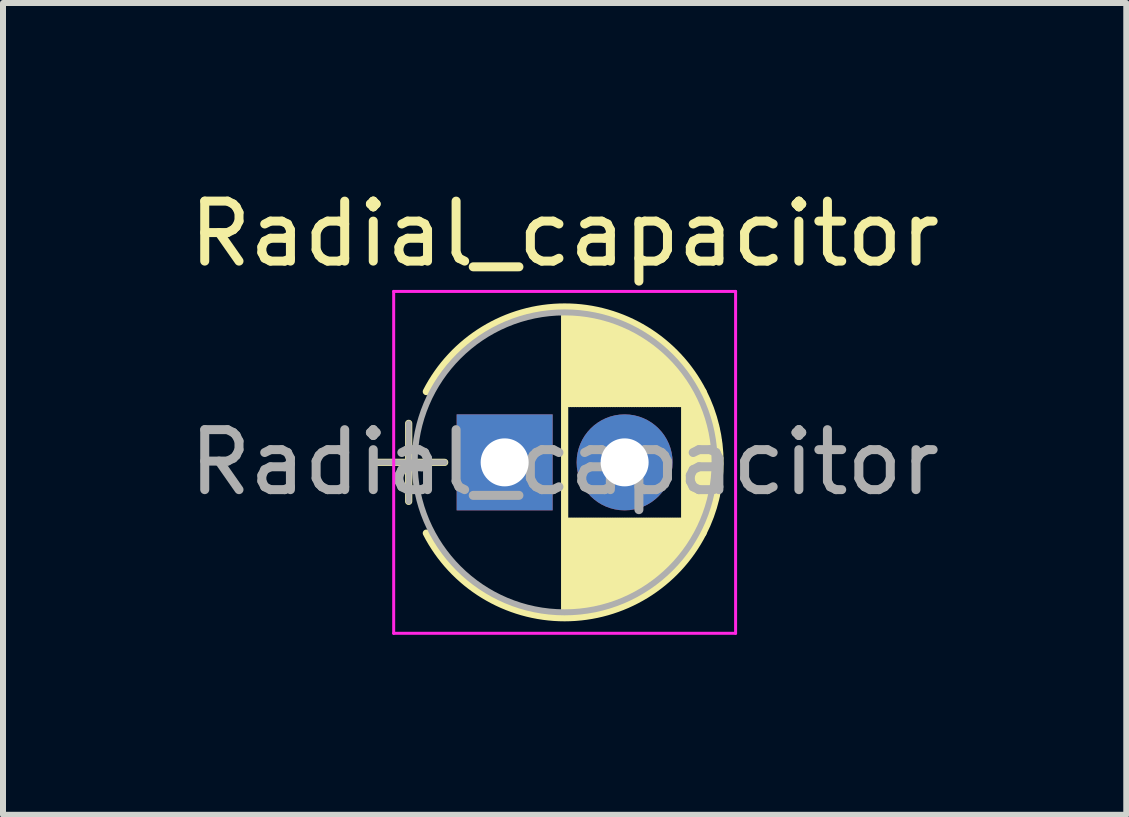
<source format=kicad_pcb>
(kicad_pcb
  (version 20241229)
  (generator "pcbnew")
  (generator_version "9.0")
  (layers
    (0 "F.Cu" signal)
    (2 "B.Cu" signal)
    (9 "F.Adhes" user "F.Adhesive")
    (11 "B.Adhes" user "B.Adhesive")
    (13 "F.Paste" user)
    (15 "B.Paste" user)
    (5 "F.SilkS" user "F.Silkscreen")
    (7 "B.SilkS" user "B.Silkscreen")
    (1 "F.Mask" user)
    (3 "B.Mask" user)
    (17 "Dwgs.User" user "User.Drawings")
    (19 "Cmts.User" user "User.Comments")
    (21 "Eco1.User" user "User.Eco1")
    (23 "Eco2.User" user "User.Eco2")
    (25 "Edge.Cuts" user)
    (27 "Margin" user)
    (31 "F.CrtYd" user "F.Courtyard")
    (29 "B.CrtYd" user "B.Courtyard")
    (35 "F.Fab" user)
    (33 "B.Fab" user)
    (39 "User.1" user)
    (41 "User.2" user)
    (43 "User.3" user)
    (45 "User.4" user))
  (footprint "Radial_capacitor"
    (layer "F.Cu")
    (at 5.363 4.658)
    (property "Reference" "Radial_capacitor" (at 1 -3.81 0) (layer "F.SilkS") (effects (font (size 1 1) (thickness 0.15))))
    (attr through_hole)
    (fp_line (start -2.2 0) (end -1 0) (stroke (width 0.12) (type solid)) (layer "F.SilkS"))
    (fp_line (start -1.6 -0.65) (end -1.6 0.65) (stroke (width 0.12) (type solid)) (layer "F.SilkS"))
    (fp_line (start 1 -2.55) (end 1 2.55) (stroke (width 0.12) (type solid)) (layer "F.SilkS"))
    (fp_line (start 1.04 -2.55) (end 1.04 -0.98) (stroke (width 0.12) (type solid)) (layer "F.SilkS"))
    (fp_line (start 1.04 0.98) (end 1.04 2.55) (stroke (width 0.12) (type solid)) (layer "F.SilkS"))
    (fp_line (start 1.08 -2.549) (end 1.08 -0.98) (stroke (width 0.12) (type solid)) (layer "F.SilkS"))
    (fp_line (start 1.08 0.98) (end 1.08 2.549) (stroke (width 0.12) (type solid)) (layer "F.SilkS"))
    (fp_line (start 1.12 -2.548) (end 1.12 -0.98) (stroke (width 0.12) (type solid)) (layer "F.SilkS"))
    (fp_line (start 1.12 0.98) (end 1.12 2.548) (stroke (width 0.12) (type solid)) (layer "F.SilkS"))
    (fp_line (start 1.16 -2.546) (end 1.16 -0.98) (stroke (width 0.12) (type solid)) (layer "F.SilkS"))
    (fp_line (start 1.16 0.98) (end 1.16 2.546) (stroke (width 0.12) (type solid)) (layer "F.SilkS"))
    (fp_line (start 1.2 -2.543) (end 1.2 -0.98) (stroke (width 0.12) (type solid)) (layer "F.SilkS"))
    (fp_line (start 1.2 0.98) (end 1.2 2.543) (stroke (width 0.12) (type solid)) (layer "F.SilkS"))
    (fp_line (start 1.24 -2.539) (end 1.24 -0.98) (stroke (width 0.12) (type solid)) (layer "F.SilkS"))
    (fp_line (start 1.24 0.98) (end 1.24 2.539) (stroke (width 0.12) (type solid)) (layer "F.SilkS"))
    (fp_line (start 1.28 -2.535) (end 1.28 -0.98) (stroke (width 0.12) (type solid)) (layer "F.SilkS"))
    (fp_line (start 1.28 0.98) (end 1.28 2.535) (stroke (width 0.12) (type solid)) (layer "F.SilkS"))
    (fp_line (start 1.32 -2.531) (end 1.32 -0.98) (stroke (width 0.12) (type solid)) (layer "F.SilkS"))
    (fp_line (start 1.32 0.98) (end 1.32 2.531) (stroke (width 0.12) (type solid)) (layer "F.SilkS"))
    (fp_line (start 1.36 -2.525) (end 1.36 -0.98) (stroke (width 0.12) (type solid)) (layer "F.SilkS"))
    (fp_line (start 1.36 0.98) (end 1.36 2.525) (stroke (width 0.12) (type solid)) (layer "F.SilkS"))
    (fp_line (start 1.4 -2.519) (end 1.4 -0.98) (stroke (width 0.12) (type solid)) (layer "F.SilkS"))
    (fp_line (start 1.4 0.98) (end 1.4 2.519) (stroke (width 0.12) (type solid)) (layer "F.SilkS"))
    (fp_line (start 1.44 -2.513) (end 1.44 -0.98) (stroke (width 0.12) (type solid)) (layer "F.SilkS"))
    (fp_line (start 1.44 0.98) (end 1.44 2.513) (stroke (width 0.12) (type solid)) (layer "F.SilkS"))
    (fp_line (start 1.48 -2.506) (end 1.48 -0.98) (stroke (width 0.12) (type solid)) (layer "F.SilkS"))
    (fp_line (start 1.48 0.98) (end 1.48 2.506) (stroke (width 0.12) (type solid)) (layer "F.SilkS"))
    (fp_line (start 1.52 -2.498) (end 1.52 -0.98) (stroke (width 0.12) (type solid)) (layer "F.SilkS"))
    (fp_line (start 1.52 0.98) (end 1.52 2.498) (stroke (width 0.12) (type solid)) (layer "F.SilkS"))
    (fp_line (start 1.56 -2.489) (end 1.56 -0.98) (stroke (width 0.12) (type solid)) (layer "F.SilkS"))
    (fp_line (start 1.56 0.98) (end 1.56 2.489) (stroke (width 0.12) (type solid)) (layer "F.SilkS"))
    (fp_line (start 1.6 -2.48) (end 1.6 -0.98) (stroke (width 0.12) (type solid)) (layer "F.SilkS"))
    (fp_line (start 1.6 0.98) (end 1.6 2.48) (stroke (width 0.12) (type solid)) (layer "F.SilkS"))
    (fp_line (start 1.64 -2.47) (end 1.64 -0.98) (stroke (width 0.12) (type solid)) (layer "F.SilkS"))
    (fp_line (start 1.64 0.98) (end 1.64 2.47) (stroke (width 0.12) (type solid)) (layer "F.SilkS"))
    (fp_line (start 1.68 -2.46) (end 1.68 -0.98) (stroke (width 0.12) (type solid)) (layer "F.SilkS"))
    (fp_line (start 1.68 0.98) (end 1.68 2.46) (stroke (width 0.12) (type solid)) (layer "F.SilkS"))
    (fp_line (start 1.721 -2.448) (end 1.721 -0.98) (stroke (width 0.12) (type solid)) (layer "F.SilkS"))
    (fp_line (start 1.721 0.98) (end 1.721 2.448) (stroke (width 0.12) (type solid)) (layer "F.SilkS"))
    (fp_line (start 1.761 -2.436) (end 1.761 -0.98) (stroke (width 0.12) (type solid)) (layer "F.SilkS"))
    (fp_line (start 1.761 0.98) (end 1.761 2.436) (stroke (width 0.12) (type solid)) (layer "F.SilkS"))
    (fp_line (start 1.801 -2.424) (end 1.801 -0.98) (stroke (width 0.12) (type solid)) (layer "F.SilkS"))
    (fp_line (start 1.801 0.98) (end 1.801 2.424) (stroke (width 0.12) (type solid)) (layer "F.SilkS"))
    (fp_line (start 1.841 -2.41) (end 1.841 -0.98) (stroke (width 0.12) (type solid)) (layer "F.SilkS"))
    (fp_line (start 1.841 0.98) (end 1.841 2.41) (stroke (width 0.12) (type solid)) (layer "F.SilkS"))
    (fp_line (start 1.881 -2.396) (end 1.881 -0.98) (stroke (width 0.12) (type solid)) (layer "F.SilkS"))
    (fp_line (start 1.881 0.98) (end 1.881 2.396) (stroke (width 0.12) (type solid)) (layer "F.SilkS"))
    (fp_line (start 1.921 -2.382) (end 1.921 -0.98) (stroke (width 0.12) (type solid)) (layer "F.SilkS"))
    (fp_line (start 1.921 0.98) (end 1.921 2.382) (stroke (width 0.12) (type solid)) (layer "F.SilkS"))
    (fp_line (start 1.961 -2.366) (end 1.961 -0.98) (stroke (width 0.12) (type solid)) (layer "F.SilkS"))
    (fp_line (start 1.961 0.98) (end 1.961 2.366) (stroke (width 0.12) (type solid)) (layer "F.SilkS"))
    (fp_line (start 2.001 -2.35) (end 2.001 -0.98) (stroke (width 0.12) (type solid)) (layer "F.SilkS"))
    (fp_line (start 2.001 0.98) (end 2.001 2.35) (stroke (width 0.12) (type solid)) (layer "F.SilkS"))
    (fp_line (start 2.041 -2.333) (end 2.041 -0.98) (stroke (width 0.12) (type solid)) (layer "F.SilkS"))
    (fp_line (start 2.041 0.98) (end 2.041 2.333) (stroke (width 0.12) (type solid)) (layer "F.SilkS"))
    (fp_line (start 2.081 -2.315) (end 2.081 -0.98) (stroke (width 0.12) (type solid)) (layer "F.SilkS"))
    (fp_line (start 2.081 0.98) (end 2.081 2.315) (stroke (width 0.12) (type solid)) (layer "F.SilkS"))
    (fp_line (start 2.121 -2.296) (end 2.121 -0.98) (stroke (width 0.12) (type solid)) (layer "F.SilkS"))
    (fp_line (start 2.121 0.98) (end 2.121 2.296) (stroke (width 0.12) (type solid)) (layer "F.SilkS"))
    (fp_line (start 2.161 -2.276) (end 2.161 -0.98) (stroke (width 0.12) (type solid)) (layer "F.SilkS"))
    (fp_line (start 2.161 0.98) (end 2.161 2.276) (stroke (width 0.12) (type solid)) (layer "F.SilkS"))
    (fp_line (start 2.201 -2.256) (end 2.201 -0.98) (stroke (width 0.12) (type solid)) (layer "F.SilkS"))
    (fp_line (start 2.201 0.98) (end 2.201 2.256) (stroke (width 0.12) (type solid)) (layer "F.SilkS"))
    (fp_line (start 2.241 -2.234) (end 2.241 -0.98) (stroke (width 0.12) (type solid)) (layer "F.SilkS"))
    (fp_line (start 2.241 0.98) (end 2.241 2.234) (stroke (width 0.12) (type solid)) (layer "F.SilkS"))
    (fp_line (start 2.281 -2.212) (end 2.281 -0.98) (stroke (width 0.12) (type solid)) (layer "F.SilkS"))
    (fp_line (start 2.281 0.98) (end 2.281 2.212) (stroke (width 0.12) (type solid)) (layer "F.SilkS"))
    (fp_line (start 2.321 -2.189) (end 2.321 -0.98) (stroke (width 0.12) (type solid)) (layer "F.SilkS"))
    (fp_line (start 2.321 0.98) (end 2.321 2.189) (stroke (width 0.12) (type solid)) (layer "F.SilkS"))
    (fp_line (start 2.361 -2.165) (end 2.361 -0.98) (stroke (width 0.12) (type solid)) (layer "F.SilkS"))
    (fp_line (start 2.361 0.98) (end 2.361 2.165) (stroke (width 0.12) (type solid)) (layer "F.SilkS"))
    (fp_line (start 2.401 -2.14) (end 2.401 -0.98) (stroke (width 0.12) (type solid)) (layer "F.SilkS"))
    (fp_line (start 2.401 0.98) (end 2.401 2.14) (stroke (width 0.12) (type solid)) (layer "F.SilkS"))
    (fp_line (start 2.441 -2.113) (end 2.441 -0.98) (stroke (width 0.12) (type solid)) (layer "F.SilkS"))
    (fp_line (start 2.441 0.98) (end 2.441 2.113) (stroke (width 0.12) (type solid)) (layer "F.SilkS"))
    (fp_line (start 2.481 -2.086) (end 2.481 -0.98) (stroke (width 0.12) (type solid)) (layer "F.SilkS"))
    (fp_line (start 2.481 0.98) (end 2.481 2.086) (stroke (width 0.12) (type solid)) (layer "F.SilkS"))
    (fp_line (start 2.521 -2.058) (end 2.521 -0.98) (stroke (width 0.12) (type solid)) (layer "F.SilkS"))
    (fp_line (start 2.521 0.98) (end 2.521 2.058) (stroke (width 0.12) (type solid)) (layer "F.SilkS"))
    (fp_line (start 2.561 -2.028) (end 2.561 -0.98) (stroke (width 0.12) (type solid)) (layer "F.SilkS"))
    (fp_line (start 2.561 0.98) (end 2.561 2.028) (stroke (width 0.12) (type solid)) (layer "F.SilkS"))
    (fp_line (start 2.601 -1.997) (end 2.601 -0.98) (stroke (width 0.12) (type solid)) (layer "F.SilkS"))
    (fp_line (start 2.601 0.98) (end 2.601 1.997) (stroke (width 0.12) (type solid)) (layer "F.SilkS"))
    (fp_line (start 2.641 -1.965) (end 2.641 -0.98) (stroke (width 0.12) (type solid)) (layer "F.SilkS"))
    (fp_line (start 2.641 0.98) (end 2.641 1.965) (stroke (width 0.12) (type solid)) (layer "F.SilkS"))
    (fp_line (start 2.681 -1.932) (end 2.681 -0.98) (stroke (width 0.12) (type solid)) (layer "F.SilkS"))
    (fp_line (start 2.681 0.98) (end 2.681 1.932) (stroke (width 0.12) (type solid)) (layer "F.SilkS"))
    (fp_line (start 2.721 -1.897) (end 2.721 -0.98) (stroke (width 0.12) (type solid)) (layer "F.SilkS"))
    (fp_line (start 2.721 0.98) (end 2.721 1.897) (stroke (width 0.12) (type solid)) (layer "F.SilkS"))
    (fp_line (start 2.761 -1.861) (end 2.761 -0.98) (stroke (width 0.12) (type solid)) (layer "F.SilkS"))
    (fp_line (start 2.761 0.98) (end 2.761 1.861) (stroke (width 0.12) (type solid)) (layer "F.SilkS"))
    (fp_line (start 2.801 -1.823) (end 2.801 -0.98) (stroke (width 0.12) (type solid)) (layer "F.SilkS"))
    (fp_line (start 2.801 0.98) (end 2.801 1.823) (stroke (width 0.12) (type solid)) (layer "F.SilkS"))
    (fp_line (start 2.841 -1.783) (end 2.841 -0.98) (stroke (width 0.12) (type solid)) (layer "F.SilkS"))
    (fp_line (start 2.841 0.98) (end 2.841 1.783) (stroke (width 0.12) (type solid)) (layer "F.SilkS"))
    (fp_line (start 2.881 -1.742) (end 2.881 -0.98) (stroke (width 0.12) (type solid)) (layer "F.SilkS"))
    (fp_line (start 2.881 0.98) (end 2.881 1.742) (stroke (width 0.12) (type solid)) (layer "F.SilkS"))
    (fp_line (start 2.921 -1.699) (end 2.921 -0.98) (stroke (width 0.12) (type solid)) (layer "F.SilkS"))
    (fp_line (start 2.921 0.98) (end 2.921 1.699) (stroke (width 0.12) (type solid)) (layer "F.SilkS"))
    (fp_line (start 2.961 -1.654) (end 2.961 -0.98) (stroke (width 0.12) (type solid)) (layer "F.SilkS"))
    (fp_line (start 2.961 0.98) (end 2.961 1.654) (stroke (width 0.12) (type solid)) (layer "F.SilkS"))
    (fp_line (start 3.001 -1.606) (end 3.001 1.606) (stroke (width 0.12) (type solid)) (layer "F.SilkS"))
    (fp_line (start 3.041 -1.556) (end 3.041 1.556) (stroke (width 0.12) (type solid)) (layer "F.SilkS"))
    (fp_line (start 3.081 -1.504) (end 3.081 1.504) (stroke (width 0.12) (type solid)) (layer "F.SilkS"))
    (fp_line (start 3.121 -1.448) (end 3.121 1.448) (stroke (width 0.12) (type solid)) (layer "F.SilkS"))
    (fp_line (start 3.161 -1.39) (end 3.161 1.39) (stroke (width 0.12) (type solid)) (layer "F.SilkS"))
    (fp_line (start 3.201 -1.327) (end 3.201 1.327) (stroke (width 0.12) (type solid)) (layer "F.SilkS"))
    (fp_line (start 3.241 -1.261) (end 3.241 1.261) (stroke (width 0.12) (type solid)) (layer "F.SilkS"))
    (fp_line (start 3.281 -1.189) (end 3.281 1.189) (stroke (width 0.12) (type solid)) (layer "F.SilkS"))
    (fp_line (start 3.321 -1.112) (end 3.321 1.112) (stroke (width 0.12) (type solid)) (layer "F.SilkS"))
    (fp_line (start 3.361 -1.028) (end 3.361 1.028) (stroke (width 0.12) (type solid)) (layer "F.SilkS"))
    (fp_line (start 3.401 -0.934) (end 3.401 0.934) (stroke (width 0.12) (type solid)) (layer "F.SilkS"))
    (fp_line (start 3.441 -0.829) (end 3.441 0.829) (stroke (width 0.12) (type solid)) (layer "F.SilkS"))
    (fp_line (start 3.481 -0.707) (end 3.481 0.707) (stroke (width 0.12) (type solid)) (layer "F.SilkS"))
    (fp_line (start 3.521 -0.559) (end 3.521 0.559) (stroke (width 0.12) (type solid)) (layer "F.SilkS"))
    (fp_line (start 3.561 -0.354) (end 3.561 0.354) (stroke (width 0.12) (type solid)) (layer "F.SilkS"))
    (fp_arc (start -1.30558 -1.18) (mid 1.000156 -2.59) (end 3.305722 -1.179722) (stroke (width 0.12) (type solid)) (layer "F.SilkS"))
    (fp_arc (start 3.30558 -1.18) (mid 3.59 -0.000156) (end 3.305722 1.179722) (stroke (width 0.12) (type solid)) (layer "F.SilkS"))
    (fp_arc (start 3.305722 1.179722) (mid 1.000156 2.59) (end -1.30558 1.18) (stroke (width 0.12) (type solid)) (layer "F.SilkS"))
    (fp_line (start -1.85 -2.85) (end -1.85 2.85) (stroke (width 0.05) (type solid)) (layer "F.CrtYd"))
    (fp_line (start -1.85 2.85) (end 3.85 2.85) (stroke (width 0.05) (type solid)) (layer "F.CrtYd"))
    (fp_line (start 3.85 -2.85) (end -1.85 -2.85) (stroke (width 0.05) (type solid)) (layer "F.CrtYd"))
    (fp_line (start 3.85 2.85) (end 3.85 -2.85) (stroke (width 0.05) (type solid)) (layer "F.CrtYd"))
    (fp_line (start -2.2 0) (end -1 0) (stroke (width 0.1) (type solid)) (layer "F.Fab"))
    (fp_line (start -1.6 -0.65) (end -1.6 0.65) (stroke (width 0.1) (type solid)) (layer "F.Fab"))
    (fp_circle (center 1 0) (end 3.5 0) (stroke (width 0.1) (type solid)) (fill no) (layer "F.Fab"))
    (fp_text user "${REFERENCE}" (at 1 0 0) (layer "F.Fab") (effects (font (size 1 1) (thickness 0.15))))
    (pad "1" thru_hole rect (at 0 0) (size 1.6 1.6) (drill 0.8) (layers "*.Cu" "*.Mask"))
    (pad "2" thru_hole circle (at 2 0) (size 1.6 1.6) (drill 0.8) (layers "*.Cu" "*.Mask")))
  (gr_rect
    (start -3 -3)
    (end 15.726 10.533)
    (stroke (width 0.1) (type default))
    (fill no)
    (layer "Edge.Cuts")))
</source>
